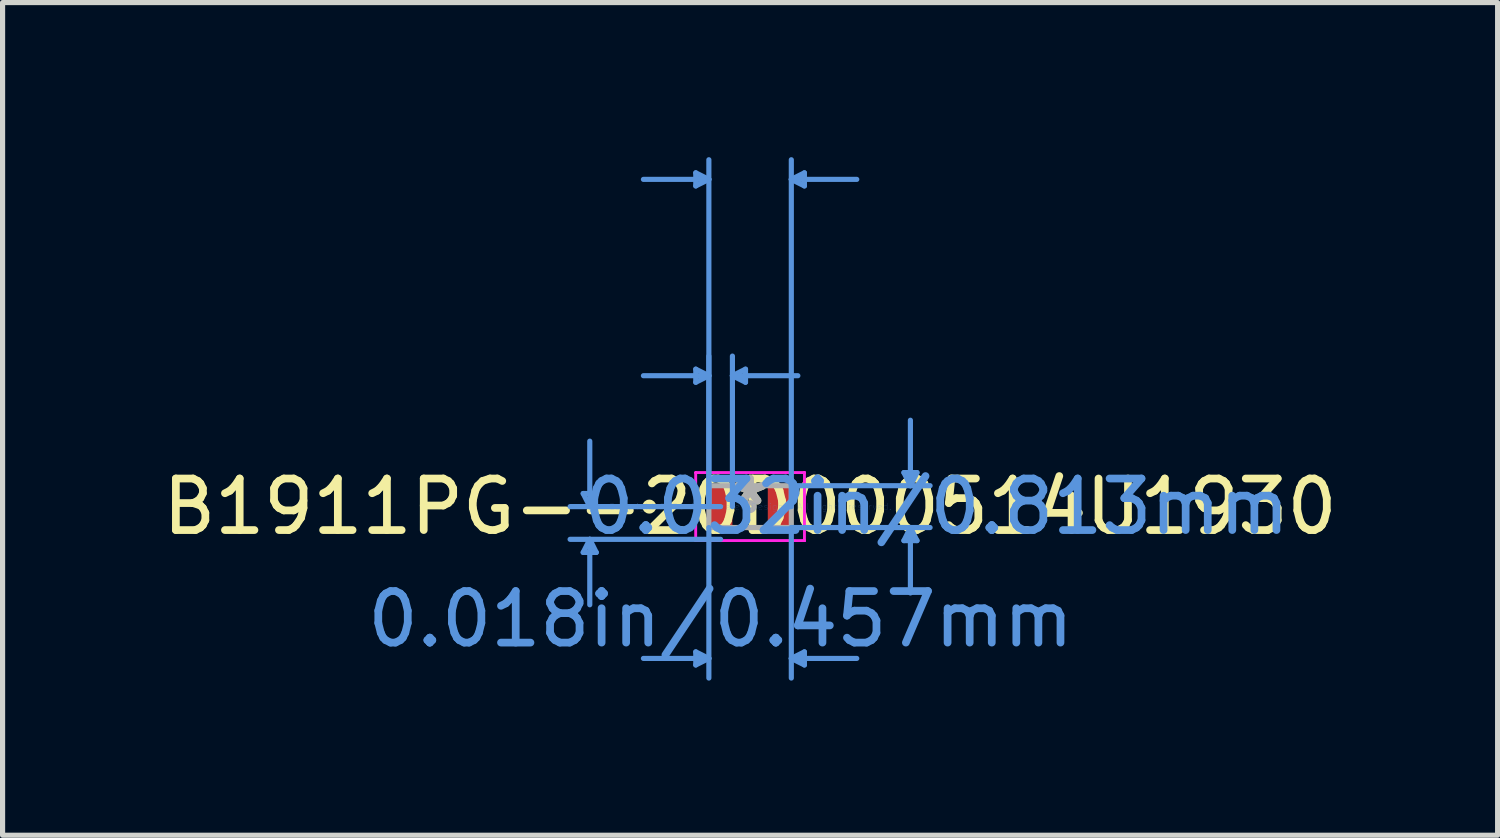
<source format=kicad_pcb>
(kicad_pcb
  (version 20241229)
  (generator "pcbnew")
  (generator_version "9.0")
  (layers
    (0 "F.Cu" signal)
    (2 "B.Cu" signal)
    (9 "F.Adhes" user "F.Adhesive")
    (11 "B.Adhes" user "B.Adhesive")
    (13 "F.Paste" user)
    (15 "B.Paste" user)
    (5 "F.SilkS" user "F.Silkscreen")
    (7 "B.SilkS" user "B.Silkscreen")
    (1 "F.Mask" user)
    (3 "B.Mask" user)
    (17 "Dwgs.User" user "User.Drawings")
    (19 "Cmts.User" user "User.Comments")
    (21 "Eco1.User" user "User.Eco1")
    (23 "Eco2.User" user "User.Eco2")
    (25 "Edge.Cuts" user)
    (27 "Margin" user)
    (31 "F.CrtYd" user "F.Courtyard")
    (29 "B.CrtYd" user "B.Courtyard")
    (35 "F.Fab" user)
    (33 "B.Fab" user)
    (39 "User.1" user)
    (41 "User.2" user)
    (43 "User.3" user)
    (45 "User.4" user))
  (footprint "B1911PG--20D000514U1930"
    (layer "F.Cu")
    (at 11.506 6.781)
    (property "Reference" "B1911PG--20D000514U1930" (at 0 0 0) (layer "F.SilkS") (effects (font (size 1 1) (thickness 0.15))))
    (attr through_hole)
    (fp_circle (center -1.956 0) (end -1.88 0) (stroke (width 0.12) (type solid)) (fill no) (layer "F.SilkS"))
    (fp_line (start -3.239 -0.254) (end -2.985 -0.254) (stroke (width 0.1) (type solid)) (layer "Cmts.User"))
    (fp_line (start -3.239 0.889) (end -2.985 0.889) (stroke (width 0.1) (type solid)) (layer "Cmts.User"))
    (fp_line (start -3.111 0) (end -3.239 -0.254) (stroke (width 0.1) (type solid)) (layer "Cmts.User"))
    (fp_line (start -3.111 0) (end -3.111 -1.27) (stroke (width 0.1) (type solid)) (layer "Cmts.User"))
    (fp_line (start -3.111 0) (end -2.985 -0.254) (stroke (width 0.1) (type solid)) (layer "Cmts.User"))
    (fp_line (start -3.111 0.635) (end -3.239 0.889) (stroke (width 0.1) (type solid)) (layer "Cmts.User"))
    (fp_line (start -3.111 0.635) (end -3.111 1.905) (stroke (width 0.1) (type solid)) (layer "Cmts.User"))
    (fp_line (start -3.111 0.635) (end -2.985 0.889) (stroke (width 0.1) (type solid)) (layer "Cmts.User"))
    (fp_line (start -1.054 -6.477) (end -1.054 -6.223) (stroke (width 0.1) (type solid)) (layer "Cmts.User"))
    (fp_line (start -1.054 -2.667) (end -1.054 -2.413) (stroke (width 0.1) (type solid)) (layer "Cmts.User"))
    (fp_line (start -1.054 2.819) (end -1.054 3.073) (stroke (width 0.1) (type solid)) (layer "Cmts.User"))
    (fp_line (start -0.8 -6.35) (end -2.07 -6.35) (stroke (width 0.1) (type solid)) (layer "Cmts.User"))
    (fp_line (start -0.8 -6.35) (end -1.054 -6.477) (stroke (width 0.1) (type solid)) (layer "Cmts.User"))
    (fp_line (start -0.8 -6.35) (end -1.054 -6.223) (stroke (width 0.1) (type solid)) (layer "Cmts.User"))
    (fp_line (start -0.8 -2.54) (end -2.07 -2.54) (stroke (width 0.1) (type solid)) (layer "Cmts.User"))
    (fp_line (start -0.8 -2.54) (end -1.054 -2.667) (stroke (width 0.1) (type solid)) (layer "Cmts.User"))
    (fp_line (start -0.8 -2.54) (end -1.054 -2.413) (stroke (width 0.1) (type solid)) (layer "Cmts.User"))
    (fp_line (start -0.8 0) (end -0.8 -6.731) (stroke (width 0.1) (type solid)) (layer "Cmts.User"))
    (fp_line (start -0.8 0) (end -0.8 -2.921) (stroke (width 0.1) (type solid)) (layer "Cmts.User"))
    (fp_line (start -0.8 0.406) (end -0.8 3.327) (stroke (width 0.1) (type solid)) (layer "Cmts.User"))
    (fp_line (start -0.8 2.946) (end -2.07 2.946) (stroke (width 0.1) (type solid)) (layer "Cmts.User"))
    (fp_line (start -0.8 2.946) (end -1.054 2.819) (stroke (width 0.1) (type solid)) (layer "Cmts.User"))
    (fp_line (start -0.8 2.946) (end -1.054 3.073) (stroke (width 0.1) (type solid)) (layer "Cmts.User"))
    (fp_line (start -0.572 0) (end -3.493 0) (stroke (width 0.1) (type solid)) (layer "Cmts.User"))
    (fp_line (start -0.572 0.635) (end -3.493 0.635) (stroke (width 0.1) (type solid)) (layer "Cmts.User"))
    (fp_line (start -0.343 -2.54) (end -0.089 -2.667) (stroke (width 0.1) (type solid)) (layer "Cmts.User"))
    (fp_line (start -0.343 -2.54) (end -0.089 -2.413) (stroke (width 0.1) (type solid)) (layer "Cmts.User"))
    (fp_line (start -0.343 -2.54) (end 0.927 -2.54) (stroke (width 0.1) (type solid)) (layer "Cmts.User"))
    (fp_line (start -0.343 0) (end -0.343 -2.921) (stroke (width 0.1) (type solid)) (layer "Cmts.User"))
    (fp_line (start -0.089 -2.667) (end -0.089 -2.413) (stroke (width 0.1) (type solid)) (layer "Cmts.User"))
    (fp_line (start 0.8 -6.35) (end 1.054 -6.477) (stroke (width 0.1) (type solid)) (layer "Cmts.User"))
    (fp_line (start 0.8 -6.35) (end 1.054 -6.223) (stroke (width 0.1) (type solid)) (layer "Cmts.User"))
    (fp_line (start 0.8 -6.35) (end 2.07 -6.35) (stroke (width 0.1) (type solid)) (layer "Cmts.User"))
    (fp_line (start 0.8 -0.406) (end 3.493 -0.406) (stroke (width 0.1) (type solid)) (layer "Cmts.User"))
    (fp_line (start 0.8 0) (end 0.8 -6.731) (stroke (width 0.1) (type solid)) (layer "Cmts.User"))
    (fp_line (start 0.8 0.406) (end 0.8 3.327) (stroke (width 0.1) (type solid)) (layer "Cmts.User"))
    (fp_line (start 0.8 0.406) (end 3.493 0.406) (stroke (width 0.1) (type solid)) (layer "Cmts.User"))
    (fp_line (start 0.8 2.946) (end 1.054 2.819) (stroke (width 0.1) (type solid)) (layer "Cmts.User"))
    (fp_line (start 0.8 2.946) (end 1.054 3.073) (stroke (width 0.1) (type solid)) (layer "Cmts.User"))
    (fp_line (start 0.8 2.946) (end 2.07 2.946) (stroke (width 0.1) (type solid)) (layer "Cmts.User"))
    (fp_line (start 1.054 -6.477) (end 1.054 -6.223) (stroke (width 0.1) (type solid)) (layer "Cmts.User"))
    (fp_line (start 1.054 2.819) (end 1.054 3.073) (stroke (width 0.1) (type solid)) (layer "Cmts.User"))
    (fp_line (start 2.985 -0.66) (end 3.239 -0.66) (stroke (width 0.1) (type solid)) (layer "Cmts.User"))
    (fp_line (start 2.985 0.66) (end 3.239 0.66) (stroke (width 0.1) (type solid)) (layer "Cmts.User"))
    (fp_line (start 3.111 -0.406) (end 2.985 -0.66) (stroke (width 0.1) (type solid)) (layer "Cmts.User"))
    (fp_line (start 3.111 -0.406) (end 3.111 -1.676) (stroke (width 0.1) (type solid)) (layer "Cmts.User"))
    (fp_line (start 3.111 -0.406) (end 3.239 -0.66) (stroke (width 0.1) (type solid)) (layer "Cmts.User"))
    (fp_line (start 3.111 0.406) (end 2.985 0.66) (stroke (width 0.1) (type solid)) (layer "Cmts.User"))
    (fp_line (start 3.111 0.406) (end 3.111 1.676) (stroke (width 0.1) (type solid)) (layer "Cmts.User"))
    (fp_line (start 3.111 0.406) (end 3.239 0.66) (stroke (width 0.1) (type solid)) (layer "Cmts.User"))
    (fp_line (start -1.054 -0.66) (end -1.054 -0.66) (stroke (width 0.05) (type solid)) (layer "F.CrtYd"))
    (fp_line (start -1.054 -0.66) (end -1.054 -0.66) (stroke (width 0.05) (type solid)) (layer "F.CrtYd"))
    (fp_line (start -1.054 -0.66) (end -1.054 -0.66) (stroke (width 0.05) (type solid)) (layer "F.CrtYd"))
    (fp_line (start -1.054 -0.66) (end -1.054 -0.66) (stroke (width 0.05) (type solid)) (layer "F.CrtYd"))
    (fp_line (start -1.054 -0.66) (end 1.054 -0.66) (stroke (width 0.05) (type solid)) (layer "F.CrtYd"))
    (fp_line (start -1.054 -0.66) (end 1.054 -0.66) (stroke (width 0.05) (type solid)) (layer "F.CrtYd"))
    (fp_line (start -1.054 0.66) (end -1.054 -0.66) (stroke (width 0.05) (type solid)) (layer "F.CrtYd"))
    (fp_line (start -1.054 0.66) (end -1.054 -0.66) (stroke (width 0.05) (type solid)) (layer "F.CrtYd"))
    (fp_line (start -1.054 0.66) (end -1.054 0.66) (stroke (width 0.05) (type solid)) (layer "F.CrtYd"))
    (fp_line (start -1.054 0.66) (end -1.054 0.66) (stroke (width 0.05) (type solid)) (layer "F.CrtYd"))
    (fp_line (start -1.054 0.66) (end -1.054 0.66) (stroke (width 0.05) (type solid)) (layer "F.CrtYd"))
    (fp_line (start -1.054 0.66) (end -1.054 0.66) (stroke (width 0.05) (type solid)) (layer "F.CrtYd"))
    (fp_line (start 1.054 -0.66) (end 1.054 -0.66) (stroke (width 0.05) (type solid)) (layer "F.CrtYd"))
    (fp_line (start 1.054 -0.66) (end 1.054 -0.66) (stroke (width 0.05) (type solid)) (layer "F.CrtYd"))
    (fp_line (start 1.054 -0.66) (end 1.054 -0.66) (stroke (width 0.05) (type solid)) (layer "F.CrtYd"))
    (fp_line (start 1.054 -0.66) (end 1.054 -0.66) (stroke (width 0.05) (type solid)) (layer "F.CrtYd"))
    (fp_line (start 1.054 -0.66) (end 1.054 0.66) (stroke (width 0.05) (type solid)) (layer "F.CrtYd"))
    (fp_line (start 1.054 -0.66) (end 1.054 0.66) (stroke (width 0.05) (type solid)) (layer "F.CrtYd"))
    (fp_line (start 1.054 0.66) (end -1.054 0.66) (stroke (width 0.05) (type solid)) (layer "F.CrtYd"))
    (fp_line (start 1.054 0.66) (end -1.054 0.66) (stroke (width 0.05) (type solid)) (layer "F.CrtYd"))
    (fp_line (start 1.054 0.66) (end 1.054 0.66) (stroke (width 0.05) (type solid)) (layer "F.CrtYd"))
    (fp_line (start 1.054 0.66) (end 1.054 0.66) (stroke (width 0.05) (type solid)) (layer "F.CrtYd"))
    (fp_line (start 1.054 0.66) (end 1.054 0.66) (stroke (width 0.05) (type solid)) (layer "F.CrtYd"))
    (fp_line (start 1.054 0.66) (end 1.054 0.66) (stroke (width 0.05) (type solid)) (layer "F.CrtYd"))
    (fp_line (start -0.8 -0.406) (end -0.8 0.406) (stroke (width 0.1) (type solid)) (layer "F.Fab"))
    (fp_line (start -0.8 0.406) (end 0.8 0.406) (stroke (width 0.1) (type solid)) (layer "F.Fab"))
    (fp_line (start 0.8 -0.406) (end -0.8 -0.406) (stroke (width 0.1) (type solid)) (layer "F.Fab"))
    (fp_line (start 0.8 0.406) (end 0.8 -0.406) (stroke (width 0.1) (type solid)) (layer "F.Fab"))
    (fp_circle (center 0 0) (end 0.076 0) (stroke (width 0.1) (type solid)) (fill no) (layer "F.Fab"))
    (fp_text user "*" (at 0 0 0) (layer "F.SilkS") (effects (font (size 1 1) (thickness 0.15))))
    (fp_text user "Copyright 2021 Accelerated Designs. All rights reserved." (at 0 0 0) (layer "Cmts.User") (effects (font (size 0.127 0.127) (thickness 0.002))))
    (fp_text user "0.032in/0.813mm" (at 3.619 0 0) (layer "Cmts.User") (effects (font (size 1 1) (thickness 0.15))))
    (fp_text user "0.018in/0.457mm" (at -0.572 2.184 0) (layer "Cmts.User") (effects (font (size 1 1) (thickness 0.15))))
    (fp_text user "*" (at 0 0 0) (layer "F.Fab") (effects (font (size 1 1) (thickness 0.15))))
    (pad "1" smd rect (at -0.572 0) (size 0.457 0.813) (layers "F.Cu" "F.Mask" "F.Paste"))
    (pad "2" smd rect (at 0.572 0) (size 0.457 0.813) (layers "F.Cu" "F.Mask" "F.Paste")))
  (gr_rect
    (start -3 -3)
    (end 26.012 13.158)
    (stroke (width 0.1) (type default))
    (fill no)
    (layer "Edge.Cuts")))
</source>
